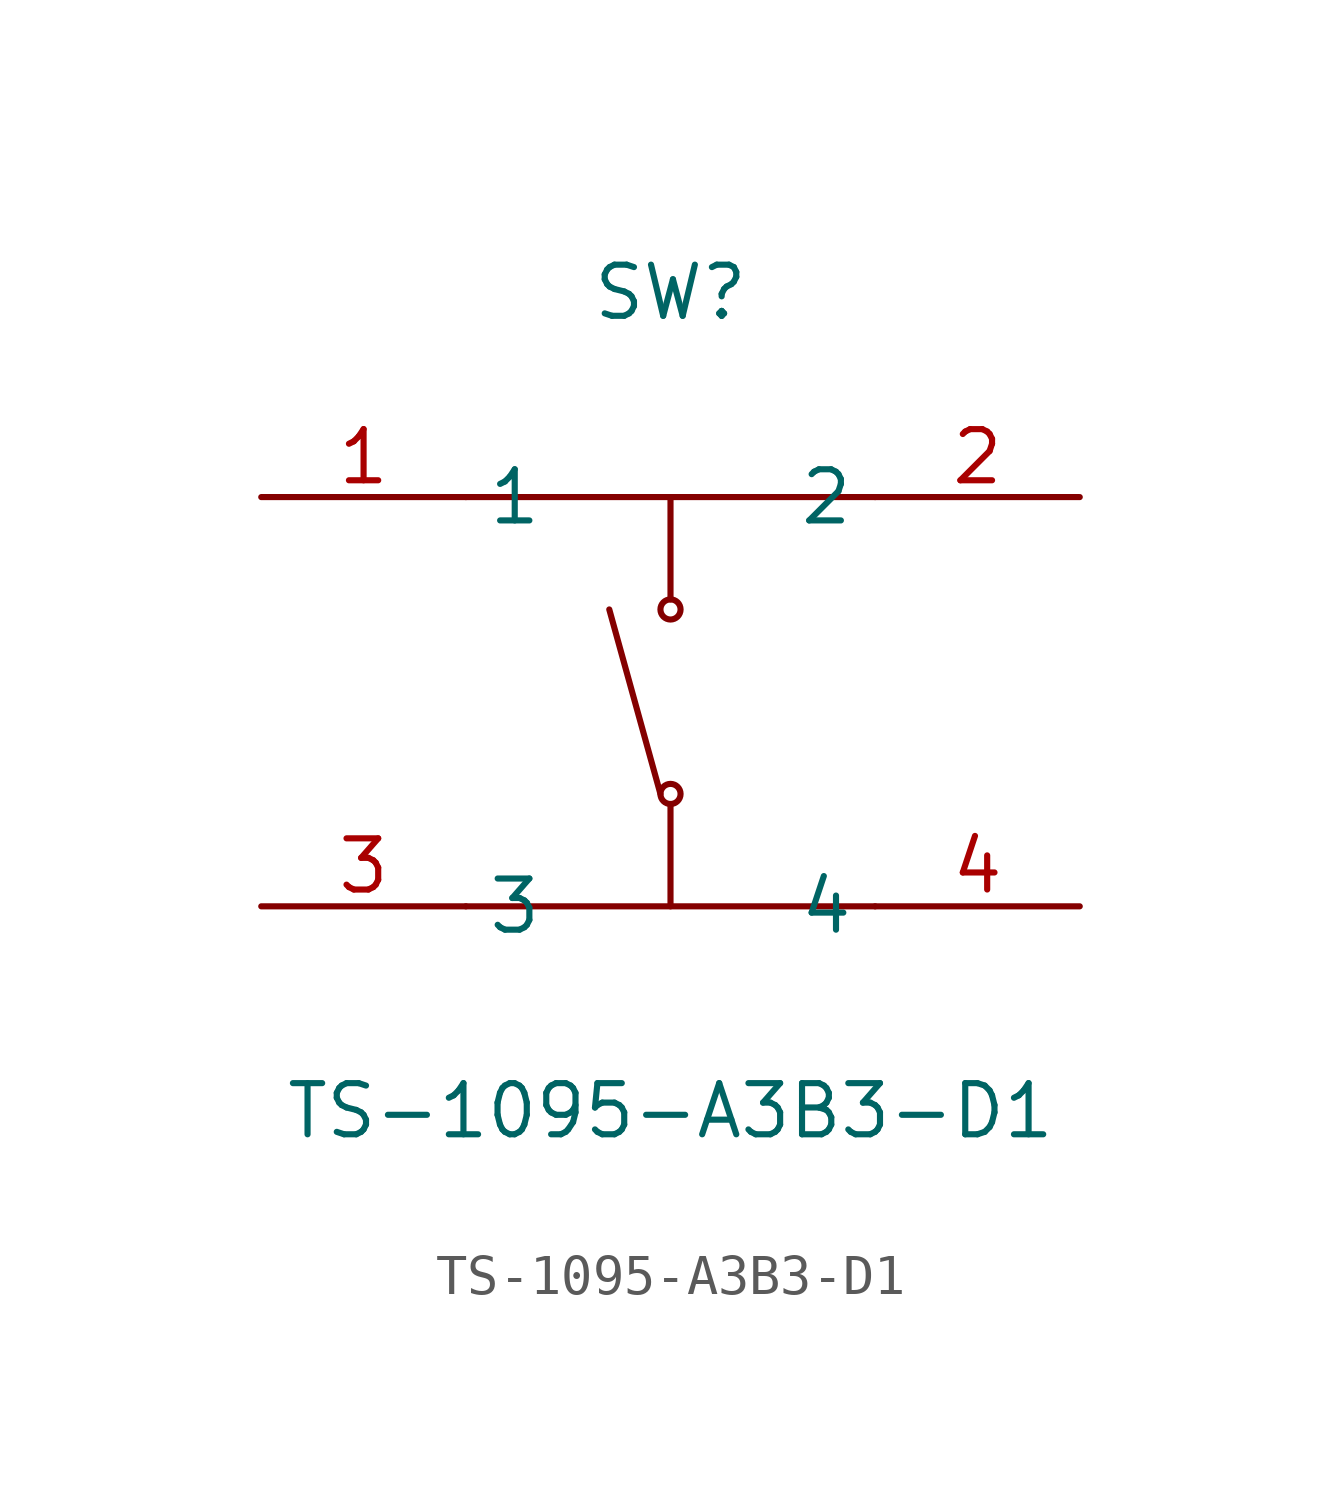
<source format=kicad_sym>
(kicad_symbol_lib
  (version 20241209)
  (generator "kicad_symbol_editor")
  (generator_version "9.0")
  (symbol "TS-1095-A3B3-D1"
    (property "Reference" "SW"
      (at 0 10.16 0)
      (effects (font (size 1.27 1.27))))
    (property "Value" "TS-1095-A3B3-D1"
      (at 0 -10.16 0)
      (effects (font (size 1.27 1.27))))
    (symbol "TS-1095-A3B3-D1_0_1"
      (polyline (pts (xy -5.08 5.08) (xy 5.08 5.08)) (stroke (width 0) (type default)) (fill (type none)))
      (polyline (pts (xy -5.08 -5.08) (xy 5.08 -5.08)) (stroke (width 0) (type default)) (fill (type none)))
      (polyline (pts (xy -1.52 2.29) (xy -0.25 -2.29)) (stroke (width 0) (type default)) (fill (type none)))
      (polyline (pts (xy 0 5.08) (xy 0 2.54)) (stroke (width 0) (type default)) (fill (type none)))
      (circle (center 0 2.29) (radius 0.25) (stroke (width 0) (type default)) (fill (type none)))
      (circle (center 0 -2.29) (radius 0.25) (stroke (width 0) (type default)) (fill (type none)))
      (polyline (pts (xy 0 -5.08) (xy 0 -2.54)) (stroke (width 0) (type default)) (fill (type none)))
      (pin unspecified line (at -10.16 5.08 0) (length 5.08) (name "1" (effects (font (size 1.27 1.27)))) (number "1" (effects (font (size 1.27 1.27)))))
      (pin unspecified line (at -10.16 -5.08 0) (length 5.08) (name "3" (effects (font (size 1.27 1.27)))) (number "3" (effects (font (size 1.27 1.27)))))
      (pin unspecified line (at 10.16 5.08 180) (length 5.08) (name "2" (effects (font (size 1.27 1.27)))) (number "2" (effects (font (size 1.27 1.27)))))
      (pin unspecified line (at 10.16 -5.08 180) (length 5.08) (name "4" (effects (font (size 1.27 1.27)))) (number "4" (effects (font (size 1.27 1.27))))))))
</source>
